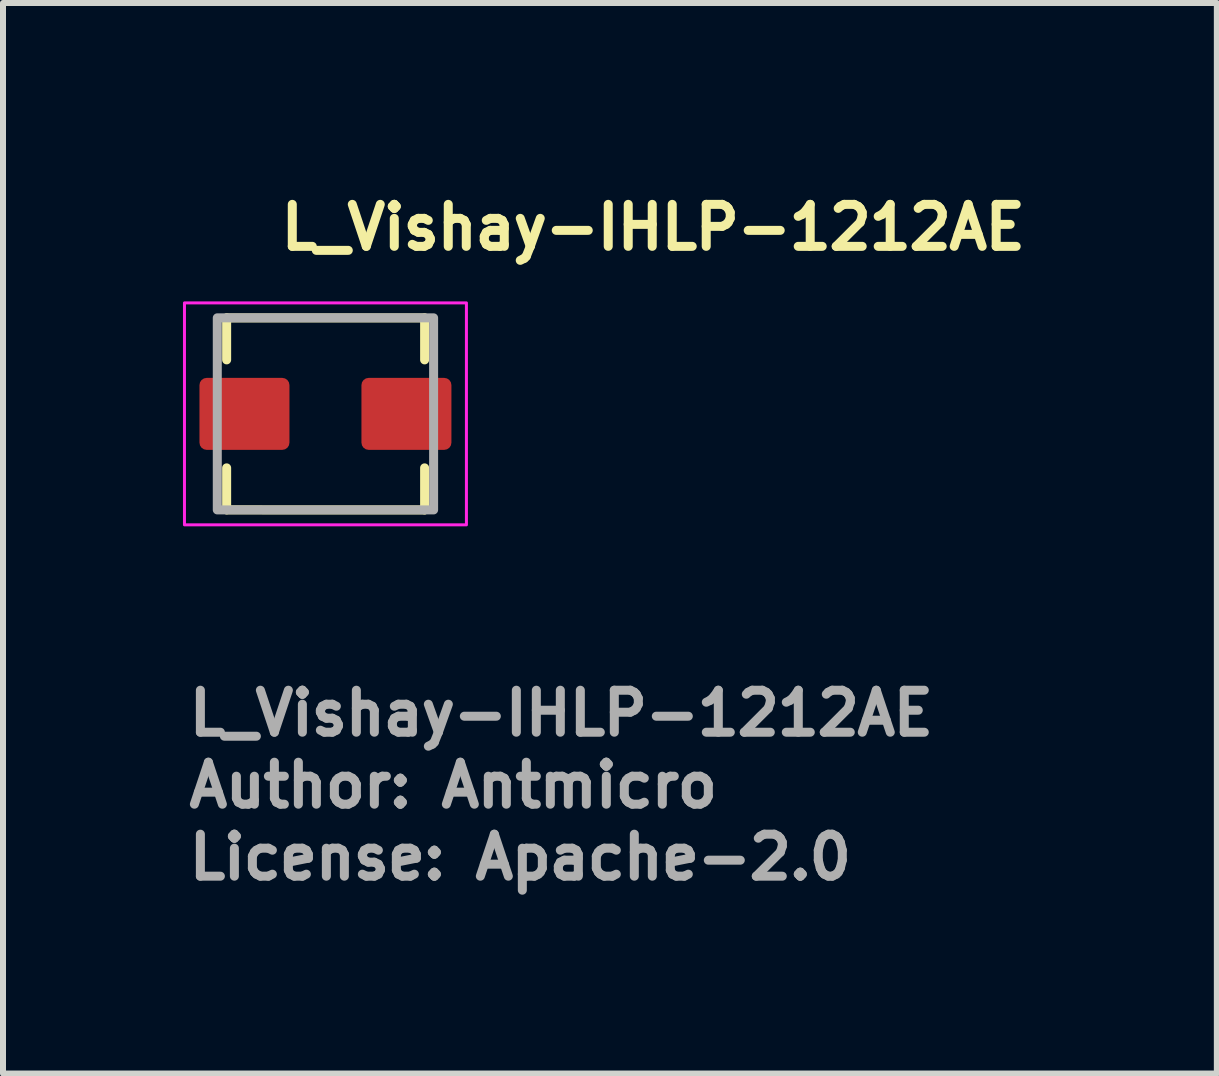
<source format=kicad_pcb>
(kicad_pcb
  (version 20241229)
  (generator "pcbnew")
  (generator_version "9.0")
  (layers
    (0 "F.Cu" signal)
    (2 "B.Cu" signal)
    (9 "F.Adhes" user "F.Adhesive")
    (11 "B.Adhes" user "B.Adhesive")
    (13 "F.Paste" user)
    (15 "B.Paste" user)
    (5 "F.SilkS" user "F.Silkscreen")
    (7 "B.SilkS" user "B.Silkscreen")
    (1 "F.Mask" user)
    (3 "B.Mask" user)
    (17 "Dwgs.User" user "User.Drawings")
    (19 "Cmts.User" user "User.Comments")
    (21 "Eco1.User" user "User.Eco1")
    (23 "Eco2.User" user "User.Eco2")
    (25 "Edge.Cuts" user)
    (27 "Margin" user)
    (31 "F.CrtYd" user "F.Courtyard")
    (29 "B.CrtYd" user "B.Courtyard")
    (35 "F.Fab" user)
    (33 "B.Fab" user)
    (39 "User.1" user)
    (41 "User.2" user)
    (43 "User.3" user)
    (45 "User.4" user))
  (footprint "L_Vishay-IHLP-1212AE"
    (layer "F.Cu")
    (at 2.375 3.849)
    (property "Reference" "L_Vishay-IHLP-1212AE" (at -0.818 -2.699 0) (layer "F.SilkS") (effects (font (size 0.7 0.7) (thickness 0.15)) (justify left bottom)))
    (attr smd)
    (fp_line (start -1.647 -1.6) (end 1.653 -1.6) (stroke (width 0.15) (type solid)) (layer "F.SilkS"))
    (fp_line (start -1.647 -0.9) (end -1.647 -1.6) (stroke (width 0.15) (type solid)) (layer "F.SilkS"))
    (fp_line (start -1.647 1.6) (end -1.647 0.9) (stroke (width 0.15) (type solid)) (layer "F.SilkS"))
    (fp_line (start 1.653 -1.6) (end 1.653 -0.9) (stroke (width 0.15) (type solid)) (layer "F.SilkS"))
    (fp_line (start 1.653 0.9) (end 1.653 1.601) (stroke (width 0.15) (type solid)) (layer "F.SilkS"))
    (fp_line (start 1.653 1.601) (end -1.647 1.6) (stroke (width 0.15) (type solid)) (layer "F.SilkS"))
    (fp_rect (start -2.35 -1.85) (end 2.35 1.85) (stroke (width 0.05) (type solid)) (fill no) (layer "F.CrtYd"))
    (fp_rect (start -1.803 -1.601) (end 1.803 1.601) (stroke (width 0.15) (type solid)) (fill no) (layer "F.Fab"))
    (fp_rect (start -1.803 -1.601) (end 1.803 1.601) (stroke (width 0.1) (type solid)) (fill no) (layer "User.5"))
    (fp_line (start -1.803 -0.355) (end -1.803 0.354) (stroke (width 0.02) (type solid)) (layer "User.9"))
    (fp_line (start -1.803 -0.355) (end -1.645 -0.355) (stroke (width 0.02) (type solid)) (layer "User.9"))
    (fp_line (start -1.803 0.354) (end -1.803 -0.355) (stroke (width 0.02) (type solid)) (layer "User.9"))
    (fp_line (start -1.803 0.354) (end -1.645 0.354) (stroke (width 0.02) (type solid)) (layer "User.9"))
    (fp_line (start -1.645 -1.601) (end -1.645 1.601) (stroke (width 0.02) (type solid)) (layer "User.9"))
    (fp_line (start -1.645 -1.601) (end 1.644 -1.601) (stroke (width 0.02) (type solid)) (layer "User.9"))
    (fp_line (start -1.645 -0.355) (end -1.803 -0.355) (stroke (width 0.02) (type solid)) (layer "User.9"))
    (fp_line (start -1.645 0.354) (end -1.803 0.354) (stroke (width 0.02) (type solid)) (layer "User.9"))
    (fp_line (start -1.645 1.601) (end -1.645 -1.601) (stroke (width 0.02) (type solid)) (layer "User.9"))
    (fp_line (start -1.645 1.601) (end 1.644 1.601) (stroke (width 0.02) (type solid)) (layer "User.9"))
    (fp_line (start -1.579 -1.534) (end -1.579 1.534) (stroke (width 0.02) (type solid)) (layer "User.9"))
    (fp_line (start -1.579 -1.534) (end -0.921 -1.534) (stroke (width 0.02) (type solid)) (layer "User.9"))
    (fp_line (start -1.579 1.534) (end -1.579 -1.534) (stroke (width 0.02) (type solid)) (layer "User.9"))
    (fp_line (start -1.579 1.534) (end -0.921 1.534) (stroke (width 0.02) (type solid)) (layer "User.9"))
    (fp_line (start -0.921 -1.534) (end -1.579 -1.534) (stroke (width 0.02) (type solid)) (layer "User.9"))
    (fp_line (start -0.921 -1.534) (end -0.921 1.534) (stroke (width 0.02) (type solid)) (layer "User.9"))
    (fp_line (start -0.921 1.534) (end -1.579 1.534) (stroke (width 0.02) (type solid)) (layer "User.9"))
    (fp_line (start -0.921 1.534) (end -0.921 -1.534) (stroke (width 0.02) (type solid)) (layer "User.9"))
    (fp_line (start 1.644 -1.601) (end -1.645 -1.601) (stroke (width 0.02) (type solid)) (layer "User.9"))
    (fp_line (start 1.644 -1.601) (end 1.644 1.601) (stroke (width 0.02) (type solid)) (layer "User.9"))
    (fp_line (start 1.644 -0.355) (end 1.803 -0.355) (stroke (width 0.02) (type solid)) (layer "User.9"))
    (fp_line (start 1.644 0.354) (end 1.803 0.354) (stroke (width 0.02) (type solid)) (layer "User.9"))
    (fp_line (start 1.644 1.601) (end -1.645 1.601) (stroke (width 0.02) (type solid)) (layer "User.9"))
    (fp_line (start 1.644 1.601) (end 1.644 -1.601) (stroke (width 0.02) (type solid)) (layer "User.9"))
    (fp_line (start 1.803 -0.355) (end 1.644 -0.355) (stroke (width 0.02) (type solid)) (layer "User.9"))
    (fp_line (start 1.803 -0.355) (end 1.803 0.354) (stroke (width 0.02) (type solid)) (layer "User.9"))
    (fp_line (start 1.803 0.354) (end 1.644 0.354) (stroke (width 0.02) (type solid)) (layer "User.9"))
    (fp_line (start 1.803 0.354) (end 1.803 -0.355) (stroke (width 0.02) (type solid)) (layer "User.9"))
    (fp_text user "${REFERENCE}" (at -2.35 5.4 0) (layer "F.Fab") (effects (font (size 0.7 0.7) (thickness 0.15)) (justify left bottom)))
    (fp_text user "License: Apache-2.0" (at -2.35 7.8 0) (layer "F.Fab") (effects (font (size 0.7 0.7) (thickness 0.15)) (justify left bottom)))
    (fp_text user "Author: Antmicro" (at -2.35 6.6 0) (layer "F.Fab") (effects (font (size 0.7 0.7) (thickness 0.15)) (justify left bottom)))
    (pad "1" smd roundrect (at -1.35 0) (size 1.5 1.2) (layers "F.Cu" "F.Mask" "F.Paste") (roundrect_rratio 0.1))
    (pad "2" smd roundrect (at 1.35 0) (size 1.5 1.2) (layers "F.Cu" "F.Mask" "F.Paste") (roundrect_rratio 0.1)))
  (gr_rect
    (start -3 -3)
    (end 17.234 14.845)
    (stroke (width 0.1) (type default))
    (fill no)
    (layer "Edge.Cuts")))
</source>
